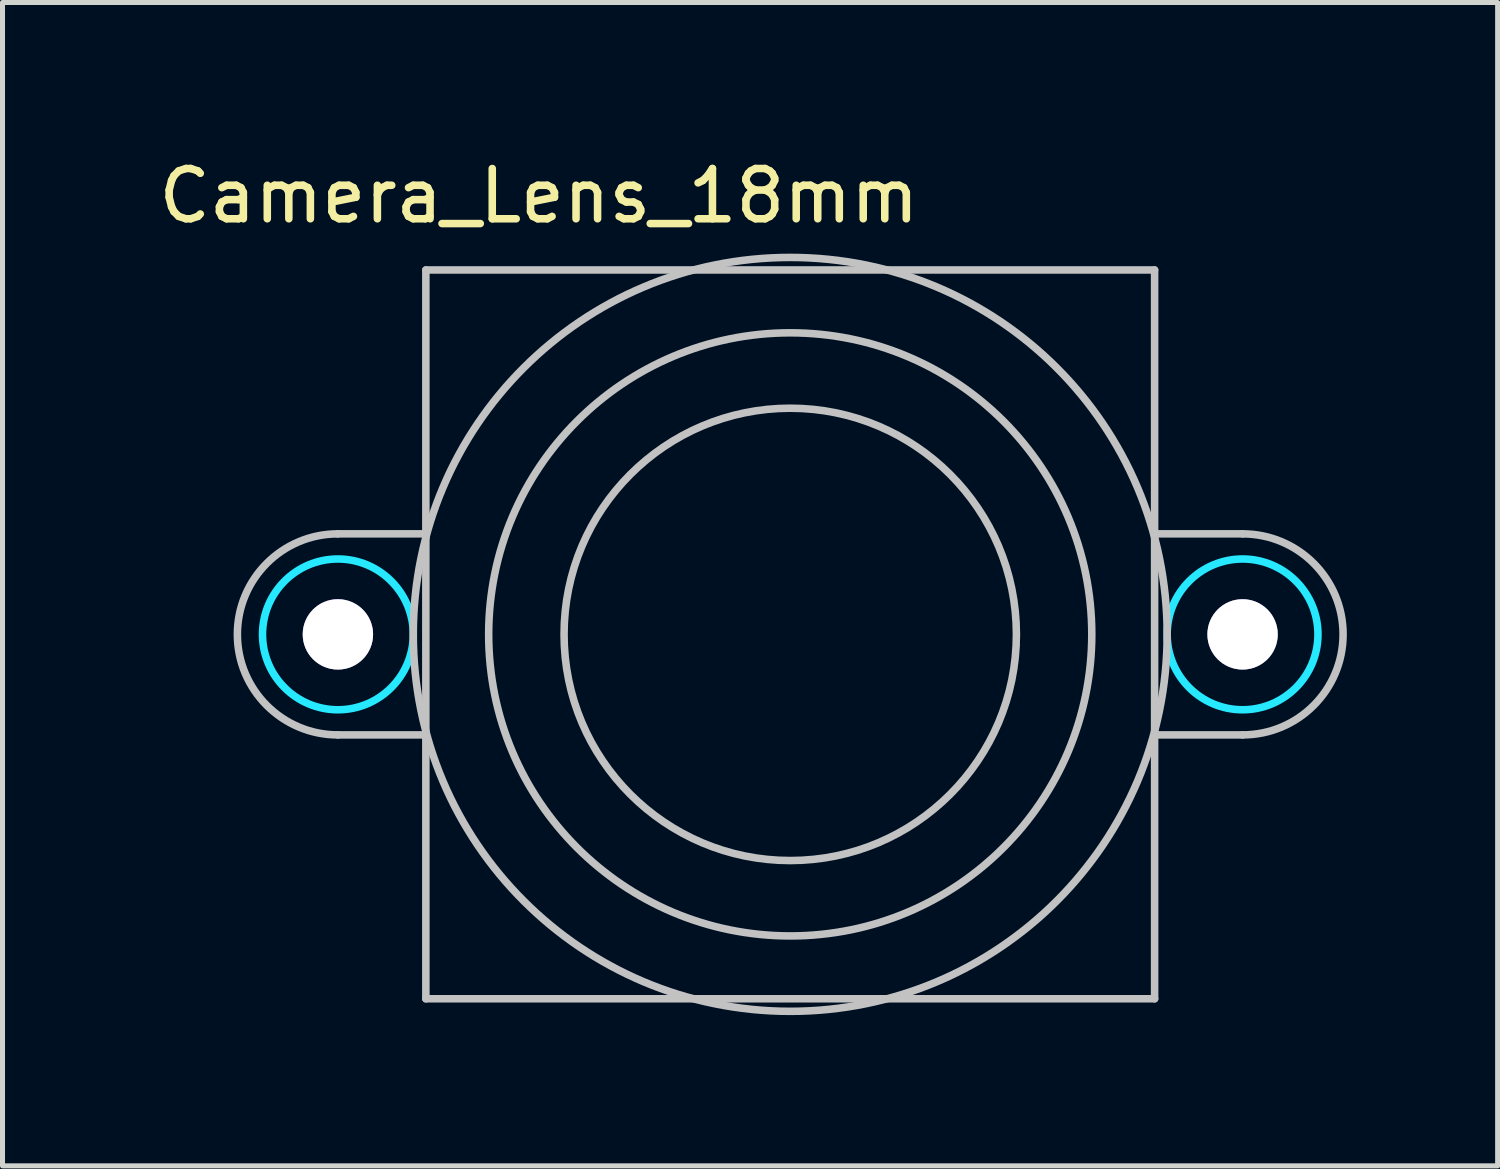
<source format=kicad_pcb>
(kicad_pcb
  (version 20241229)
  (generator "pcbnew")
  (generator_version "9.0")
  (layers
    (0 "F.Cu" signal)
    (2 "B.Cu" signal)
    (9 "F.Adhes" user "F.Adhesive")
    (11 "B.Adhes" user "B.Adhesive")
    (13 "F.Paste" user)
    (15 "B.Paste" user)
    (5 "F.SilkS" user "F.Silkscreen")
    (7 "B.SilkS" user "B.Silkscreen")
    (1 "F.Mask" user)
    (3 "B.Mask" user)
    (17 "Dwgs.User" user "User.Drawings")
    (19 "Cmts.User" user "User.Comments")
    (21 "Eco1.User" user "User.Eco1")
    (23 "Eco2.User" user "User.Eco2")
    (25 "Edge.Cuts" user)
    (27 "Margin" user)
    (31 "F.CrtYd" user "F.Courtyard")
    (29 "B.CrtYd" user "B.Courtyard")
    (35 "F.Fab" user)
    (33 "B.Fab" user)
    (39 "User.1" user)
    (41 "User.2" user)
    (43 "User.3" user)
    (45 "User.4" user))
  (footprint "Camera_Lens_18mm"
    (layer "F.Cu")
    (at 12.673 9.572)
    (property "Reference" "Camera_Lens_18mm" (at -5 -8.724 0) (layer "F.SilkS") (effects (font (size 1 1) (thickness 0.15))))
    (attr through_hole)
    (fp_line (start -9 -2) (end -7.25 -2) (stroke (width 0.15) (type solid)) (layer "Dwgs.User"))
    (fp_line (start -9 2) (end -7.25 2) (stroke (width 0.15) (type solid)) (layer "Dwgs.User"))
    (fp_line (start -7.25 -7.25) (end 7.25 -7.25) (stroke (width 0.15) (type solid)) (layer "Dwgs.User"))
    (fp_line (start -7.25 7.25) (end -7.25 -7.25) (stroke (width 0.15) (type solid)) (layer "Dwgs.User"))
    (fp_line (start 7.25 -7.25) (end 7.25 7.25) (stroke (width 0.15) (type solid)) (layer "Dwgs.User"))
    (fp_line (start 7.25 7.25) (end -7.25 7.25) (stroke (width 0.15) (type solid)) (layer "Dwgs.User"))
    (fp_line (start 9 -2) (end 7.25 -2) (stroke (width 0.15) (type solid)) (layer "Dwgs.User"))
    (fp_line (start 9 2) (end 7.25 2) (stroke (width 0.15) (type solid)) (layer "Dwgs.User"))
    (fp_arc (start -9 2) (mid -11 0) (end -9 -2) (stroke (width 0.15) (type solid)) (layer "Dwgs.User"))
    (fp_arc (start 9 -2) (mid 11 0) (end 9 2) (stroke (width 0.15) (type solid)) (layer "Dwgs.User"))
    (fp_circle (center 0 0) (end 4.5 0) (stroke (width 0.15) (type solid)) (fill no) (layer "Dwgs.User"))
    (fp_circle (center 0 0) (end 6 0) (stroke (width 0.15) (type solid)) (fill no) (layer "Dwgs.User"))
    (fp_circle (center 0 0) (end 7.5 0) (stroke (width 0.15) (type solid)) (fill no) (layer "Dwgs.User"))
    (fp_circle (center -9 0) (end -7.5 0) (stroke (width 0.15) (type solid)) (fill no) (layer "B.CrtYd"))
    (fp_circle (center 9 0) (end 10.5 0) (stroke (width 0.15) (type solid)) (fill no) (layer "B.CrtYd"))
    (pad "1" thru_hole circle (at 9 0) (size 1.4 1.4) (drill 1.4) (layers "*.Cu" "*.Mask"))
    (pad "2" thru_hole circle (at -9 0) (size 1.4 1.4) (drill 1.4) (layers "*.Cu" "*.Mask")))
  (gr_rect
    (start -3 -3)
    (end 26.748 20.147)
    (stroke (width 0.1) (type default))
    (fill no)
    (layer "Edge.Cuts")))
</source>
